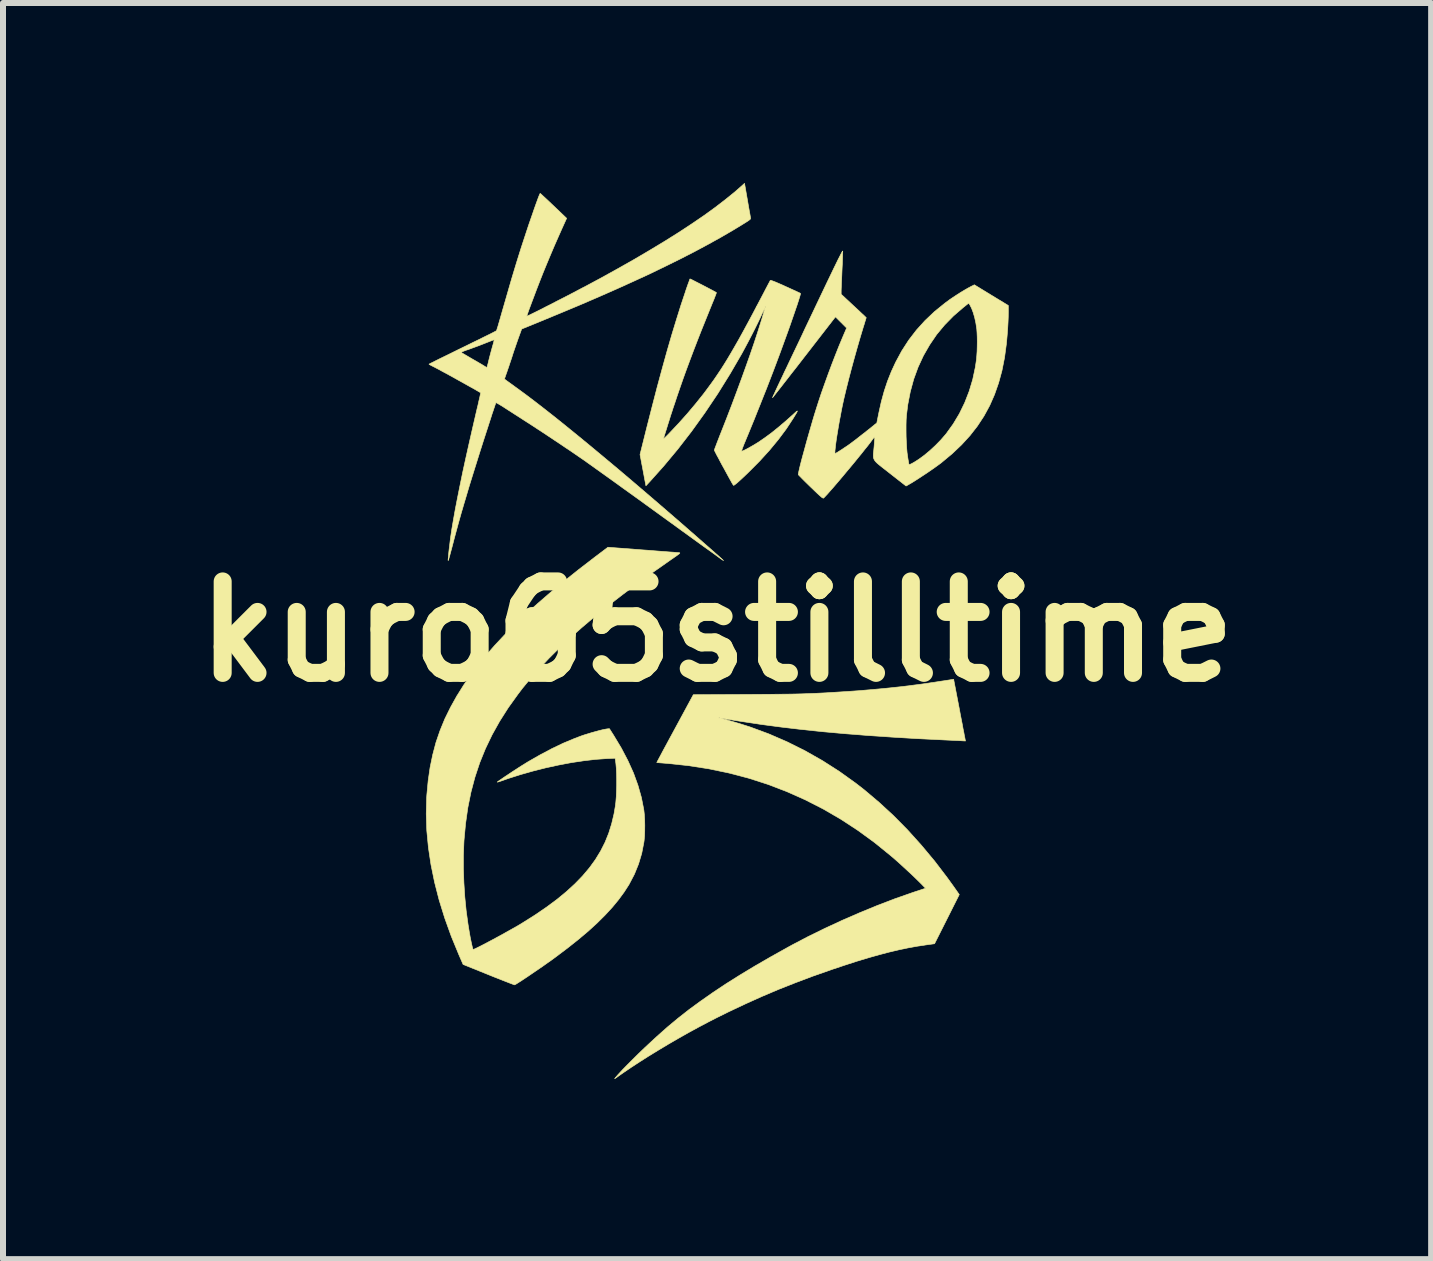
<source format=kicad_pcb>
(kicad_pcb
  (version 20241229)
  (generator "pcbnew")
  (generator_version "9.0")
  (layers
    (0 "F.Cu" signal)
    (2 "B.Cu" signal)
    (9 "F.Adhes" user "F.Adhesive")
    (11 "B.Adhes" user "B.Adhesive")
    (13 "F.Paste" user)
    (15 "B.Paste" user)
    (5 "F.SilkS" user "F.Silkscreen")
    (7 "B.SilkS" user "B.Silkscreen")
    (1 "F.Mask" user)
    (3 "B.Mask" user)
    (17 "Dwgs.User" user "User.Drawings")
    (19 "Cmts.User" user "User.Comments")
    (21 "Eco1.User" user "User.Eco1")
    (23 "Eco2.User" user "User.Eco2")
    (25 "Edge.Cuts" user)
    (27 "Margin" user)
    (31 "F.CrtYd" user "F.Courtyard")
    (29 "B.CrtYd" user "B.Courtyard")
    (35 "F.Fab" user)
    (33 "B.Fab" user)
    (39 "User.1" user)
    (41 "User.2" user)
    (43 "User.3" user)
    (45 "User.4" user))
  (footprint "kuro65stilltime"
    (layer "F.Cu")
    (at 8.897 7.472)
    (property "Reference" "kuro65stilltime" (at 0 0 0) (layer "F.SilkS") (effects (font (size 1.524 1.524) (thickness 0.3))))
    (attr through_hole)
    (fp_poly (pts (xy 4.036 1.285) (xy 4.053 1.377) (xy 4.07 1.465) (xy 4.086 1.546) (xy 4.099 1.619) (xy 4.112 1.682) (xy 4.121 1.733) (xy 4.129 1.771) (xy 4.133 1.794) (xy 4.134 1.799) (xy 4.139 1.824) (xy 4.049 1.819) (xy 4.013 1.817) (xy 3.962 1.815) (xy 3.902 1.812) (xy 3.837 1.809) (xy 3.771 1.806) (xy 3.756 1.805) (xy 3.323 1.784) (xy 2.908 1.759) (xy 2.51 1.732) (xy 2.127 1.702) (xy 1.76 1.669) (xy 1.407 1.632) (xy 1.068 1.592) (xy 0.743 1.549) (xy 0.43 1.502) (xy 0.285 1.479) (xy 0.225 1.469) (xy 0.171 1.46) (xy 0.125 1.454) (xy 0.091 1.449) (xy 0.07 1.447) (xy 0.065 1.447) (xy 0.068 1.451) (xy 0.075 1.451) (xy 0.09 1.454) (xy 0.12 1.461) (xy 0.162 1.473) (xy 0.213 1.487) (xy 0.271 1.504) (xy 0.332 1.522) (xy 0.395 1.541) (xy 0.455 1.56) (xy 0.511 1.578) (xy 0.549 1.59) (xy 0.86 1.705) (xy 1.165 1.837) (xy 1.464 1.986) (xy 1.755 2.151) (xy 2.038 2.332) (xy 2.314 2.53) (xy 2.454 2.639) (xy 2.698 2.845) (xy 2.939 3.067) (xy 3.174 3.305) (xy 3.402 3.558) (xy 3.624 3.824) (xy 3.836 4.102) (xy 3.935 4.239) (xy 4.036 4.383) (xy 3.83 4.793) (xy 3.624 5.202) (xy 3.479 5.222) (xy 3.333 5.244) (xy 3.184 5.271) (xy 3.031 5.303) (xy 2.87 5.341) (xy 2.703 5.385) (xy 2.525 5.435) (xy 2.336 5.492) (xy 2.135 5.557) (xy 1.919 5.629) (xy 1.9 5.636) (xy 1.597 5.742) (xy 1.308 5.851) (xy 1.027 5.962) (xy 0.751 6.079) (xy 0.473 6.204) (xy 0.191 6.337) (xy 0.009 6.427) (xy -0.146 6.506) (xy -0.308 6.592) (xy -0.475 6.683) (xy -0.643 6.778) (xy -0.812 6.876) (xy -0.977 6.975) (xy -1.137 7.073) (xy -1.288 7.169) (xy -1.429 7.261) (xy -1.557 7.348) (xy -1.597 7.376) (xy -1.634 7.402) (xy -1.666 7.425) (xy -1.691 7.442) (xy -1.705 7.452) (xy -1.705 7.452) (xy -1.705 7.449) (xy -1.694 7.435) (xy -1.674 7.411) (xy -1.648 7.381) (xy -1.642 7.375) (xy -1.573 7.3) (xy -1.492 7.217) (xy -1.402 7.127) (xy -1.306 7.032) (xy -1.205 6.935) (xy -1.102 6.839) (xy -1 6.745) (xy -0.901 6.657) (xy -0.822 6.587) (xy -0.649 6.443) (xy -0.467 6.3) (xy -0.273 6.158) (xy -0.067 6.014) (xy 0.151 5.869) (xy 0.383 5.723) (xy 0.63 5.574) (xy 0.893 5.422) (xy 1.172 5.266) (xy 1.256 5.22) (xy 1.521 5.081) (xy 1.799 4.945) (xy 2.086 4.812) (xy 2.378 4.685) (xy 2.67 4.565) (xy 2.96 4.454) (xy 3.242 4.355) (xy 3.313 4.331) (xy 3.474 4.278) (xy 3.386 4.188) (xy 3.33 4.133) (xy 3.264 4.069) (xy 3.191 4.001) (xy 3.115 3.931) (xy 3.04 3.862) (xy 2.969 3.799) (xy 2.905 3.744) (xy 2.898 3.738) (xy 2.626 3.517) (xy 2.346 3.313) (xy 2.06 3.126) (xy 1.767 2.956) (xy 1.467 2.803) (xy 1.159 2.666) (xy 0.845 2.546) (xy 0.524 2.443) (xy 0.195 2.357) (xy -0.14 2.287) (xy -0.483 2.234) (xy -0.833 2.197) (xy -0.862 2.195) (xy -0.91 2.191) (xy -0.951 2.188) (xy -0.983 2.185) (xy -1.001 2.183) (xy -1.004 2.183) (xy -1 2.175) (xy -0.988 2.152) (xy -0.969 2.116) (xy -0.943 2.068) (xy -0.912 2.009) (xy -0.875 1.94) (xy -0.833 1.863) (xy -0.788 1.779) (xy -0.739 1.689) (xy -0.7 1.617) (xy -0.602 1.436) (xy 0.03 1.436) (xy 0.031 1.442) (xy 0.036 1.442) (xy 0.044 1.439) (xy 0.042 1.436) (xy 0.032 1.435) (xy 0.03 1.436) (xy -0.602 1.436) (xy -0.395 1.053) (xy 0.476 1.049) (xy 0.637 1.048) (xy 0.781 1.047) (xy 0.911 1.046) (xy 1.028 1.045) (xy 1.134 1.044) (xy 1.231 1.043) (xy 1.321 1.041) (xy 1.406 1.039) (xy 1.486 1.036) (xy 1.566 1.033) (xy 1.645 1.03) (xy 1.726 1.026) (xy 1.81 1.022) (xy 1.9 1.016) (xy 1.987 1.011) (xy 2.367 0.986) (xy 2.731 0.954) (xy 3.081 0.918) (xy 3.418 0.875) (xy 3.669 0.838) (xy 3.731 0.828) (xy 3.788 0.82) (xy 3.838 0.812) (xy 3.877 0.806) (xy 3.903 0.802) (xy 3.91 0.801) (xy 3.942 0.796) (xy 4.036 1.285)) (stroke (width 0.01) (type solid)) (fill yes) (layer "F.SilkS"))
    (fp_poly (pts (xy -1.242 -1.36) (xy -1.141 -1.353) (xy -1.044 -1.345) (xy -0.954 -1.338) (xy -0.872 -1.332) (xy -0.799 -1.326) (xy -0.737 -1.322) (xy -0.689 -1.318) (xy -0.655 -1.315) (xy -0.637 -1.314) (xy -0.635 -1.314) (xy -0.625 -1.312) (xy -0.62 -1.31) (xy -0.622 -1.304) (xy -0.632 -1.294) (xy -0.65 -1.28) (xy -0.68 -1.258) (xy -0.722 -1.229) (xy -0.767 -1.198) (xy -1.053 -0.997) (xy -1.324 -0.802) (xy -1.578 -0.612) (xy -1.817 -0.427) (xy -2.041 -0.246) (xy -2.251 -0.068) (xy -2.447 0.106) (xy -2.63 0.277) (xy -2.8 0.446) (xy -2.958 0.613) (xy -3.104 0.779) (xy -3.24 0.943) (xy -3.318 1.046) (xy -3.479 1.27) (xy -3.622 1.495) (xy -3.748 1.721) (xy -3.859 1.952) (xy -3.954 2.186) (xy -4.034 2.427) (xy -4.1 2.676) (xy -4.152 2.933) (xy -4.19 3.201) (xy -4.216 3.48) (xy -4.218 3.52) (xy -4.226 3.731) (xy -4.226 3.954) (xy -4.218 4.185) (xy -4.203 4.419) (xy -4.18 4.651) (xy -4.149 4.877) (xy -4.127 5.012) (xy -4.113 5.091) (xy -4.099 5.16) (xy -4.087 5.216) (xy -4.077 5.259) (xy -4.069 5.286) (xy -4.063 5.298) (xy -4.062 5.298) (xy -4.049 5.293) (xy -4.022 5.281) (xy -3.983 5.262) (xy -3.933 5.237) (xy -3.875 5.207) (xy -3.811 5.173) (xy -3.741 5.136) (xy -3.669 5.097) (xy -3.595 5.057) (xy -3.522 5.016) (xy -3.452 4.977) (xy -3.386 4.94) (xy -3.326 4.906) (xy -3.274 4.875) (xy -3.248 4.859) (xy -3.038 4.727) (xy -2.846 4.596) (xy -2.67 4.466) (xy -2.511 4.335) (xy -2.368 4.204) (xy -2.24 4.072) (xy -2.126 3.937) (xy -2.026 3.799) (xy -1.94 3.658) (xy -1.866 3.512) (xy -1.805 3.361) (xy -1.756 3.204) (xy -1.717 3.041) (xy -1.696 2.918) (xy -1.686 2.842) (xy -1.679 2.755) (xy -1.675 2.661) (xy -1.672 2.563) (xy -1.672 2.464) (xy -1.674 2.369) (xy -1.678 2.281) (xy -1.685 2.203) (xy -1.693 2.142) (xy -1.699 2.111) (xy -1.833 2.117) (xy -2.019 2.13) (xy -2.218 2.153) (xy -2.425 2.184) (xy -2.637 2.224) (xy -2.853 2.271) (xy -3.067 2.325) (xy -3.278 2.385) (xy -3.482 2.45) (xy -3.555 2.476) (xy -3.595 2.49) (xy -3.629 2.501) (xy -3.652 2.508) (xy -3.662 2.509) (xy -3.662 2.509) (xy -3.656 2.503) (xy -3.637 2.489) (xy -3.606 2.468) (xy -3.567 2.441) (xy -3.52 2.409) (xy -3.468 2.375) (xy -3.413 2.338) (xy -3.357 2.302) (xy -3.302 2.266) (xy -3.25 2.233) (xy -3.203 2.204) (xy -3.163 2.179) (xy -3.157 2.175) (xy -2.951 2.057) (xy -2.755 1.953) (xy -2.565 1.862) (xy -2.381 1.785) (xy -2.268 1.742) (xy -2.213 1.723) (xy -2.151 1.704) (xy -2.086 1.684) (xy -2.02 1.666) (xy -1.958 1.649) (xy -1.904 1.636) (xy -1.859 1.627) (xy -1.829 1.622) (xy -1.793 1.619) (xy -1.723 1.729) (xy -1.595 1.942) (xy -1.485 2.152) (xy -1.392 2.358) (xy -1.318 2.562) (xy -1.261 2.763) (xy -1.222 2.96) (xy -1.219 2.98) (xy -1.211 3.053) (xy -1.206 3.138) (xy -1.204 3.229) (xy -1.205 3.32) (xy -1.208 3.407) (xy -1.215 3.483) (xy -1.219 3.512) (xy -1.255 3.697) (xy -1.308 3.874) (xy -1.377 4.044) (xy -1.464 4.21) (xy -1.468 4.217) (xy -1.549 4.343) (xy -1.642 4.47) (xy -1.748 4.598) (xy -1.867 4.727) (xy -2 4.859) (xy -2.148 4.994) (xy -2.312 5.132) (xy -2.491 5.274) (xy -2.686 5.421) (xy -2.765 5.479) (xy -2.828 5.523) (xy -2.894 5.57) (xy -2.962 5.617) (xy -3.031 5.664) (xy -3.097 5.709) (xy -3.16 5.752) (xy -3.219 5.791) (xy -3.27 5.825) (xy -3.313 5.852) (xy -3.346 5.873) (xy -3.367 5.884) (xy -3.374 5.887) (xy -3.385 5.884) (xy -3.411 5.874) (xy -3.451 5.859) (xy -3.502 5.839) (xy -3.564 5.815) (xy -3.634 5.787) (xy -3.711 5.757) (xy -3.793 5.724) (xy -3.81 5.717) (xy -4.231 5.547) (xy -4.302 5.384) (xy -4.428 5.078) (xy -4.537 4.775) (xy -4.63 4.475) (xy -4.706 4.179) (xy -4.766 3.886) (xy -4.809 3.599) (xy -4.836 3.316) (xy -4.845 3.038) (xy -4.838 2.766) (xy -4.835 2.721) (xy -4.813 2.486) (xy -4.781 2.264) (xy -4.737 2.052) (xy -4.683 1.848) (xy -4.615 1.65) (xy -4.535 1.455) (xy -4.44 1.262) (xy -4.331 1.066) (xy -4.325 1.058) (xy -4.222 0.893) (xy -4.109 0.729) (xy -3.985 0.564) (xy -3.85 0.398) (xy -3.703 0.23) (xy -3.544 0.06) (xy -3.372 -0.113) (xy -3.187 -0.289) (xy -2.987 -0.468) (xy -2.773 -0.653) (xy -2.544 -0.842) (xy -2.299 -1.037) (xy -2.038 -1.238) (xy -2.022 -1.25) (xy -1.818 -1.404) (xy -1.242 -1.36)) (stroke (width 0.01) (type solid)) (fill yes) (layer "F.SilkS"))
    (fp_poly (pts (xy -0.442 -5.872) (xy -0.42 -5.862) (xy -0.387 -5.845) (xy -0.346 -5.824) (xy -0.299 -5.8) (xy -0.248 -5.774) (xy -0.196 -5.747) (xy -0.147 -5.721) (xy -0.101 -5.697) (xy -0.062 -5.676) (xy -0.032 -5.66) (xy -0.014 -5.649) (xy -0.01 -5.646) (xy -0.013 -5.637) (xy -0.021 -5.614) (xy -0.035 -5.578) (xy -0.053 -5.531) (xy -0.076 -5.476) (xy -0.101 -5.414) (xy -0.112 -5.387) (xy -0.191 -5.191) (xy -0.264 -5.01) (xy -0.331 -4.839) (xy -0.393 -4.678) (xy -0.452 -4.521) (xy -0.509 -4.368) (xy -0.564 -4.216) (xy -0.618 -4.061) (xy -0.673 -3.901) (xy -0.682 -3.873) (xy -0.707 -3.797) (xy -0.731 -3.728) (xy -0.752 -3.662) (xy -0.774 -3.596) (xy -0.795 -3.527) (xy -0.819 -3.452) (xy -0.845 -3.367) (xy -0.876 -3.269) (xy -0.889 -3.225) (xy -0.89 -3.218) (xy -0.883 -3.219) (xy -0.869 -3.23) (xy -0.845 -3.253) (xy -0.811 -3.287) (xy -0.788 -3.311) (xy -0.641 -3.467) (xy -0.496 -3.629) (xy -0.358 -3.793) (xy -0.229 -3.954) (xy -0.172 -4.03) (xy -0.113 -4.11) (xy -0.055 -4.19) (xy 0.001 -4.272) (xy 0.058 -4.357) (xy 0.115 -4.446) (xy 0.173 -4.54) (xy 0.233 -4.641) (xy 0.296 -4.75) (xy 0.363 -4.867) (xy 0.434 -4.996) (xy 0.51 -5.136) (xy 0.592 -5.289) (xy 0.654 -5.407) (xy 0.798 -5.407) (xy 0.802 -5.399) (xy 0.804 -5.401) (xy 0.805 -5.411) (xy 0.804 -5.413) (xy 0.799 -5.411) (xy 0.798 -5.407) (xy 0.654 -5.407) (xy 0.68 -5.456) (xy 0.747 -5.583) (xy 0.78 -5.646) (xy 0.81 -5.704) (xy 0.837 -5.755) (xy 0.859 -5.797) (xy 0.876 -5.828) (xy 0.885 -5.846) (xy 0.887 -5.849) (xy 0.894 -5.85) (xy 0.91 -5.847) (xy 0.937 -5.837) (xy 0.976 -5.822) (xy 1.027 -5.8) (xy 1.094 -5.771) (xy 1.139 -5.75) (xy 1.201 -5.722) (xy 1.258 -5.696) (xy 1.307 -5.674) (xy 1.347 -5.655) (xy 1.375 -5.642) (xy 1.389 -5.634) (xy 1.391 -5.634) (xy 1.39 -5.623) (xy 1.383 -5.597) (xy 1.371 -5.557) (xy 1.354 -5.503) (xy 1.333 -5.438) (xy 1.307 -5.363) (xy 1.278 -5.278) (xy 1.246 -5.186) (xy 1.212 -5.087) (xy 1.175 -4.984) (xy 1.136 -4.877) (xy 1.096 -4.767) (xy 1.056 -4.657) (xy 1.015 -4.547) (xy 0.974 -4.438) (xy 0.934 -4.332) (xy 0.91 -4.27) (xy 0.87 -4.166) (xy 0.825 -4.049) (xy 0.775 -3.924) (xy 0.723 -3.793) (xy 0.67 -3.661) (xy 0.618 -3.53) (xy 0.567 -3.406) (xy 0.52 -3.291) (xy 0.477 -3.188) (xy 0.474 -3.18) (xy 0.452 -3.128) (xy 0.434 -3.082) (xy 0.42 -3.045) (xy 0.412 -3.018) (xy 0.409 -3.005) (xy 0.409 -3.004) (xy 0.421 -3.007) (xy 0.446 -3.017) (xy 0.481 -3.034) (xy 0.522 -3.056) (xy 0.568 -3.082) (xy 0.615 -3.109) (xy 0.661 -3.137) (xy 0.693 -3.157) (xy 0.799 -3.23) (xy 0.908 -3.31) (xy 1.022 -3.402) (xy 1.142 -3.504) (xy 1.271 -3.619) (xy 1.302 -3.648) (xy 1.324 -3.667) (xy 1.336 -3.675) (xy 1.338 -3.671) (xy 1.331 -3.654) (xy 1.314 -3.625) (xy 1.287 -3.581) (xy 1.272 -3.556) (xy 1.154 -3.376) (xy 1.021 -3.198) (xy 0.873 -3.019) (xy 0.709 -2.839) (xy 0.55 -2.679) (xy 0.479 -2.61) (xy 0.42 -2.554) (xy 0.371 -2.509) (xy 0.334 -2.476) (xy 0.305 -2.453) (xy 0.286 -2.439) (xy 0.275 -2.435) (xy 0.273 -2.437) (xy 0.266 -2.447) (xy 0.251 -2.471) (xy 0.231 -2.507) (xy 0.206 -2.552) (xy 0.178 -2.603) (xy 0.147 -2.66) (xy 0.115 -2.719) (xy 0.082 -2.778) (xy 0.051 -2.836) (xy 0.023 -2.89) (xy -0.003 -2.937) (xy -0.023 -2.976) (xy -0.037 -3.004) (xy -0.045 -3.02) (xy -0.045 -3.022) (xy -0.042 -3.033) (xy -0.033 -3.058) (xy -0.018 -3.097) (xy 0.00043 -3.146) (xy 0.023 -3.204) (xy 0.048 -3.269) (xy 0.072 -3.329) (xy 0.159 -3.55) (xy 0.244 -3.771) (xy 0.326 -3.99) (xy 0.405 -4.204) (xy 0.48 -4.412) (xy 0.551 -4.612) (xy 0.616 -4.802) (xy 0.675 -4.981) (xy 0.727 -5.146) (xy 0.753 -5.229) (xy 0.767 -5.278) (xy 0.78 -5.322) (xy 0.789 -5.356) (xy 0.795 -5.378) (xy 0.796 -5.385) (xy 0.791 -5.379) (xy 0.781 -5.359) (xy 0.766 -5.329) (xy 0.753 -5.3) (xy 0.72 -5.228) (xy 0.679 -5.143) (xy 0.633 -5.05) (xy 0.584 -4.953) (xy 0.532 -4.853) (xy 0.481 -4.757) (xy 0.432 -4.666) (xy 0.412 -4.629) (xy 0.217 -4.293) (xy 0.012 -3.963) (xy -0.203 -3.643) (xy -0.425 -3.334) (xy -0.654 -3.038) (xy -0.889 -2.756) (xy -1.118 -2.5) (xy -1.185 -2.428) (xy -1.209 -2.554) (xy -1.22 -2.614) (xy -1.233 -2.683) (xy -1.246 -2.752) (xy -1.258 -2.814) (xy -1.258 -2.815) (xy -1.283 -2.949) (xy -1.168 -3.409) (xy -1.081 -3.75) (xy -0.997 -4.074) (xy -0.914 -4.38) (xy -0.834 -4.668) (xy -0.755 -4.941) (xy -0.677 -5.196) (xy -0.602 -5.436) (xy -0.527 -5.66) (xy -0.519 -5.686) (xy -0.5 -5.741) (xy -0.483 -5.789) (xy -0.468 -5.829) (xy -0.458 -5.858) (xy -0.452 -5.873) (xy -0.451 -5.875) (xy -0.442 -5.872)) (stroke (width 0.01) (type solid)) (fill yes) (layer "F.SilkS"))
    (fp_poly (pts (xy 2.094 -6.338) (xy 2.094 -6.324) (xy 2.093 -6.293) (xy 2.092 -6.249) (xy 2.09 -6.195) (xy 2.088 -6.131) (xy 2.084 -6.061) (xy 2.082 -6.017) (xy 2.079 -5.943) (xy 2.076 -5.872) (xy 2.073 -5.808) (xy 2.071 -5.753) (xy 2.069 -5.709) (xy 2.068 -5.679) (xy 2.068 -5.67) (xy 2.068 -5.62) (xy 2.277 -5.425) (xy 2.328 -5.378) (xy 2.375 -5.334) (xy 2.415 -5.296) (xy 2.448 -5.266) (xy 2.471 -5.243) (xy 2.484 -5.231) (xy 2.486 -5.23) (xy 2.483 -5.221) (xy 2.476 -5.198) (xy 2.465 -5.163) (xy 2.452 -5.119) (xy 2.439 -5.079) (xy 2.388 -4.91) (xy 2.337 -4.734) (xy 2.287 -4.556) (xy 2.239 -4.38) (xy 2.194 -4.208) (xy 2.153 -4.045) (xy 2.117 -3.894) (xy 2.105 -3.841) (xy 2.088 -3.762) (xy 2.071 -3.678) (xy 2.055 -3.591) (xy 2.038 -3.504) (xy 2.023 -3.417) (xy 2.009 -3.333) (xy 1.996 -3.253) (xy 1.985 -3.18) (xy 1.976 -3.114) (xy 1.97 -3.058) (xy 1.965 -3.014) (xy 1.964 -2.983) (xy 1.966 -2.968) (xy 1.968 -2.966) (xy 1.98 -2.971) (xy 2.004 -2.985) (xy 2.037 -3.006) (xy 2.077 -3.031) (xy 2.121 -3.061) (xy 2.167 -3.091) (xy 2.211 -3.122) (xy 2.231 -3.137) (xy 2.267 -3.164) (xy 2.314 -3.199) (xy 2.367 -3.241) (xy 2.423 -3.285) (xy 2.479 -3.328) (xy 2.494 -3.341) (xy 2.505 -3.349) (xy 3.149 -3.349) (xy 3.15 -3.252) (xy 3.154 -3.156) (xy 3.159 -3.064) (xy 3.166 -2.982) (xy 3.175 -2.917) (xy 3.182 -2.871) (xy 3.189 -2.831) (xy 3.194 -2.801) (xy 3.198 -2.785) (xy 3.199 -2.783) (xy 3.209 -2.783) (xy 3.232 -2.792) (xy 3.264 -2.809) (xy 3.305 -2.833) (xy 3.351 -2.863) (xy 3.361 -2.869) (xy 3.451 -2.935) (xy 3.545 -3.013) (xy 3.639 -3.1) (xy 3.727 -3.19) (xy 3.806 -3.281) (xy 3.819 -3.297) (xy 3.935 -3.458) (xy 4.038 -3.63) (xy 4.127 -3.813) (xy 4.201 -4.003) (xy 4.26 -4.199) (xy 4.303 -4.401) (xy 4.323 -4.534) (xy 4.328 -4.597) (xy 4.333 -4.671) (xy 4.335 -4.75) (xy 4.336 -4.831) (xy 4.335 -4.909) (xy 4.332 -4.979) (xy 4.328 -5.036) (xy 4.327 -5.044) (xy 4.312 -5.141) (xy 4.292 -5.233) (xy 4.268 -5.315) (xy 4.241 -5.386) (xy 4.215 -5.437) (xy 4.194 -5.472) (xy 4.1 -5.397) (xy 3.939 -5.258) (xy 3.792 -5.108) (xy 3.659 -4.948) (xy 3.542 -4.776) (xy 3.438 -4.595) (xy 3.35 -4.405) (xy 3.277 -4.205) (xy 3.22 -3.996) (xy 3.178 -3.78) (xy 3.156 -3.599) (xy 3.151 -3.527) (xy 3.149 -3.442) (xy 3.149 -3.349) (xy 2.505 -3.349) (xy 2.662 -3.475) (xy 2.695 -3.64) (xy 2.737 -3.829) (xy 2.785 -4.004) (xy 2.84 -4.17) (xy 2.904 -4.331) (xy 2.976 -4.487) (xy 3.078 -4.676) (xy 3.193 -4.854) (xy 3.322 -5.022) (xy 3.465 -5.18) (xy 3.623 -5.33) (xy 3.797 -5.471) (xy 3.878 -5.531) (xy 3.933 -5.568) (xy 3.995 -5.609) (xy 4.061 -5.651) (xy 4.126 -5.69) (xy 4.185 -5.724) (xy 4.234 -5.75) (xy 4.287 -5.777) (xy 4.57 -5.604) (xy 4.853 -5.432) (xy 4.853 -5.322) (xy 4.852 -5.239) (xy 4.848 -5.144) (xy 4.842 -5.041) (xy 4.834 -4.937) (xy 4.825 -4.835) (xy 4.821 -4.794) (xy 4.79 -4.563) (xy 4.747 -4.346) (xy 4.691 -4.141) (xy 4.623 -3.947) (xy 4.542 -3.763) (xy 4.447 -3.589) (xy 4.338 -3.423) (xy 4.214 -3.264) (xy 4.074 -3.111) (xy 3.918 -2.963) (xy 3.745 -2.819) (xy 3.741 -2.815) (xy 3.695 -2.781) (xy 3.637 -2.739) (xy 3.57 -2.692) (xy 3.499 -2.643) (xy 3.426 -2.595) (xy 3.356 -2.549) (xy 3.292 -2.508) (xy 3.237 -2.474) (xy 3.228 -2.469) (xy 3.15 -2.424) (xy 2.879 -2.636) (xy 2.809 -2.691) (xy 2.751 -2.736) (xy 2.705 -2.773) (xy 2.669 -2.803) (xy 2.642 -2.83) (xy 2.624 -2.854) (xy 2.612 -2.878) (xy 2.605 -2.903) (xy 2.604 -2.933) (xy 2.605 -2.967) (xy 2.61 -3.009) (xy 2.615 -3.061) (xy 2.617 -3.081) (xy 2.621 -3.133) (xy 2.624 -3.178) (xy 2.627 -3.214) (xy 2.628 -3.237) (xy 2.628 -3.244) (xy 2.622 -3.239) (xy 2.607 -3.222) (xy 2.588 -3.197) (xy 2.58 -3.186) (xy 2.549 -3.144) (xy 2.509 -3.092) (xy 2.461 -3.033) (xy 2.409 -2.967) (xy 2.351 -2.896) (xy 2.291 -2.822) (xy 2.228 -2.746) (xy 2.164 -2.67) (xy 2.102 -2.595) (xy 2.041 -2.523) (xy 1.983 -2.455) (xy 1.929 -2.392) (xy 1.881 -2.338) (xy 1.84 -2.291) (xy 1.807 -2.256) (xy 1.784 -2.232) (xy 1.776 -2.224) (xy 1.77 -2.222) (xy 1.762 -2.225) (xy 1.749 -2.232) (xy 1.731 -2.247) (xy 1.706 -2.269) (xy 1.672 -2.3) (xy 1.629 -2.341) (xy 1.574 -2.394) (xy 1.559 -2.408) (xy 1.509 -2.457) (xy 1.463 -2.502) (xy 1.423 -2.542) (xy 1.391 -2.575) (xy 1.367 -2.599) (xy 1.355 -2.613) (xy 1.354 -2.616) (xy 1.355 -2.63) (xy 1.361 -2.66) (xy 1.371 -2.704) (xy 1.384 -2.76) (xy 1.401 -2.827) (xy 1.421 -2.903) (xy 1.444 -2.986) (xy 1.468 -3.074) (xy 1.493 -3.166) (xy 1.52 -3.261) (xy 1.547 -3.355) (xy 1.574 -3.448) (xy 1.6 -3.538) (xy 1.626 -3.624) (xy 1.646 -3.688) (xy 1.689 -3.823) (xy 1.738 -3.971) (xy 1.793 -4.126) (xy 1.851 -4.287) (xy 1.911 -4.448) (xy 1.972 -4.606) (xy 2.032 -4.757) (xy 2.09 -4.896) (xy 2.122 -4.971) (xy 2.159 -5.057) (xy 1.973 -5.243) (xy 1.452 -4.571) (xy 1.377 -4.474) (xy 1.305 -4.381) (xy 1.236 -4.294) (xy 1.173 -4.212) (xy 1.115 -4.138) (xy 1.063 -4.071) (xy 1.018 -4.014) (xy 0.981 -3.967) (xy 0.953 -3.931) (xy 0.934 -3.907) (xy 0.925 -3.896) (xy 0.924 -3.896) (xy 0.927 -3.903) (xy 0.936 -3.925) (xy 0.953 -3.96) (xy 0.974 -4.007) (xy 1.001 -4.065) (xy 1.032 -4.131) (xy 1.067 -4.205) (xy 1.105 -4.285) (xy 1.119 -4.316) (xy 1.154 -4.388) (xy 1.195 -4.475) (xy 1.242 -4.574) (xy 1.294 -4.683) (xy 1.35 -4.8) (xy 1.409 -4.924) (xy 1.469 -5.053) (xy 1.531 -5.183) (xy 1.593 -5.313) (xy 1.654 -5.442) (xy 1.706 -5.551) (xy 1.775 -5.696) (xy 1.837 -5.826) (xy 1.892 -5.94) (xy 1.939 -6.038) (xy 1.98 -6.122) (xy 2.014 -6.192) (xy 2.042 -6.247) (xy 2.064 -6.29) (xy 2.079 -6.318) (xy 2.089 -6.335) (xy 2.094 -6.339) (xy 2.094 -6.338)) (stroke (width 0.01) (type solid)) (fill yes) (layer "F.SilkS"))
    (fp_poly (pts (xy 0.505 -7.197) (xy 0.517 -7.127) (xy 0.528 -7.063) (xy 0.538 -7.006) (xy 0.547 -6.958) (xy 0.553 -6.922) (xy 0.557 -6.901) (xy 0.558 -6.898) (xy 0.559 -6.886) (xy 0.558 -6.877) (xy 0.551 -6.867) (xy 0.536 -6.855) (xy 0.512 -6.838) (xy 0.476 -6.815) (xy 0.447 -6.797) (xy 0.26 -6.683) (xy 0.062 -6.568) (xy -0.147 -6.452) (xy -0.367 -6.334) (xy -0.6 -6.214) (xy -0.845 -6.093) (xy -1.103 -5.968) (xy -1.376 -5.842) (xy -1.663 -5.712) (xy -1.965 -5.579) (xy -2.283 -5.442) (xy -2.618 -5.302) (xy -2.959 -5.161) (xy -3.255 -5.04) (xy -3.3 -4.917) (xy -3.317 -4.87) (xy -3.338 -4.81) (xy -3.361 -4.743) (xy -3.385 -4.674) (xy -3.407 -4.607) (xy -3.409 -4.599) (xy -3.43 -4.535) (xy -3.452 -4.47) (xy -3.472 -4.409) (xy -3.491 -4.355) (xy -3.505 -4.313) (xy -3.508 -4.306) (xy -3.542 -4.208) (xy -3.523 -4.192) (xy -3.511 -4.183) (xy -3.486 -4.165) (xy -3.45 -4.139) (xy -3.407 -4.108) (xy -3.358 -4.072) (xy -3.319 -4.044) (xy -3.184 -3.945) (xy -3.036 -3.833) (xy -2.876 -3.709) (xy -2.703 -3.573) (xy -2.519 -3.425) (xy -2.322 -3.265) (xy -2.114 -3.094) (xy -1.894 -2.911) (xy -1.663 -2.718) (xy -1.421 -2.513) (xy -1.168 -2.297) (xy -0.905 -2.071) (xy -0.631 -1.834) (xy -0.348 -1.587) (xy -0.34 -1.58) (xy -0.24 -1.492) (xy -0.153 -1.416) (xy -0.079 -1.351) (xy -0.018 -1.297) (xy 0.031 -1.254) (xy 0.067 -1.221) (xy 0.092 -1.198) (xy 0.105 -1.185) (xy 0.107 -1.181) (xy 0.1 -1.186) (xy 0.077 -1.202) (xy 0.04 -1.228) (xy -0.008 -1.263) (xy -0.067 -1.306) (xy -0.135 -1.355) (xy -0.211 -1.409) (xy -0.294 -1.469) (xy -0.381 -1.532) (xy -0.472 -1.598) (xy -0.565 -1.665) (xy -0.659 -1.733) (xy -0.752 -1.801) (xy -0.844 -1.867) (xy -0.898 -1.906) (xy -1.037 -2.007) (xy -1.174 -2.106) (xy -1.309 -2.204) (xy -1.44 -2.298) (xy -1.567 -2.389) (xy -1.687 -2.476) (xy -1.8 -2.557) (xy -1.905 -2.632) (xy -2 -2.7) (xy -2.085 -2.761) (xy -2.157 -2.812) (xy -2.217 -2.855) (xy -2.236 -2.868) (xy -2.29 -2.905) (xy -2.357 -2.951) (xy -2.434 -3.004) (xy -2.52 -3.061) (xy -2.611 -3.123) (xy -2.706 -3.186) (xy -2.802 -3.25) (xy -2.897 -3.313) (xy -2.989 -3.373) (xy -3.074 -3.429) (xy -3.152 -3.479) (xy -3.219 -3.522) (xy -3.225 -3.526) (xy -3.288 -3.567) (xy -3.354 -3.609) (xy -3.419 -3.651) (xy -3.48 -3.69) (xy -3.531 -3.723) (xy -3.551 -3.736) (xy -3.594 -3.763) (xy -3.631 -3.785) (xy -3.66 -3.802) (xy -3.679 -3.811) (xy -3.684 -3.812) (xy -3.688 -3.802) (xy -3.697 -3.777) (xy -3.71 -3.738) (xy -3.727 -3.687) (xy -3.748 -3.626) (xy -3.77 -3.556) (xy -3.795 -3.479) (xy -3.817 -3.411) (xy -3.89 -3.186) (xy -3.956 -2.978) (xy -4.017 -2.783) (xy -4.074 -2.601) (xy -4.127 -2.43) (xy -4.175 -2.268) (xy -4.221 -2.114) (xy -4.264 -1.967) (xy -4.304 -1.824) (xy -4.342 -1.685) (xy -4.379 -1.548) (xy -4.404 -1.451) (xy -4.425 -1.372) (xy -4.442 -1.309) (xy -4.455 -1.26) (xy -4.465 -1.225) (xy -4.472 -1.201) (xy -4.476 -1.187) (xy -4.479 -1.182) (xy -4.48 -1.185) (xy -4.481 -1.186) (xy -4.48 -1.202) (xy -4.477 -1.232) (xy -4.474 -1.273) (xy -4.469 -1.322) (xy -4.463 -1.376) (xy -4.456 -1.431) (xy -4.45 -1.484) (xy -4.444 -1.532) (xy -4.44 -1.565) (xy -4.419 -1.706) (xy -4.392 -1.864) (xy -4.361 -2.038) (xy -4.324 -2.228) (xy -4.283 -2.432) (xy -4.238 -2.651) (xy -4.187 -2.884) (xy -4.132 -3.13) (xy -4.073 -3.389) (xy -4.018 -3.627) (xy -4 -3.704) (xy -3.983 -3.774) (xy -3.969 -3.838) (xy -3.956 -3.891) (xy -3.947 -3.934) (xy -3.941 -3.963) (xy -3.939 -3.976) (xy -3.939 -3.977) (xy -3.95 -3.985) (xy -3.976 -4) (xy -4.014 -4.022) (xy -4.062 -4.05) (xy -4.119 -4.081) (xy -4.181 -4.116) (xy -4.247 -4.153) (xy -4.316 -4.191) (xy -4.385 -4.23) (xy -4.453 -4.267) (xy -4.516 -4.302) (xy -4.575 -4.333) (xy -4.625 -4.361) (xy -4.667 -4.383) (xy -4.696 -4.398) (xy -4.701 -4.401) (xy -4.739 -4.42) (xy -4.77 -4.436) (xy -4.791 -4.448) (xy -4.799 -4.454) (xy -4.799 -4.454) (xy -4.791 -4.459) (xy -4.768 -4.471) (xy -4.731 -4.489) (xy -4.682 -4.514) (xy -4.622 -4.544) (xy -4.552 -4.578) (xy -4.474 -4.616) (xy -4.401 -4.652) (xy -4.263 -4.652) (xy -4.256 -4.646) (xy -4.235 -4.633) (xy -4.203 -4.614) (xy -4.162 -4.59) (xy -4.116 -4.563) (xy -4.108 -4.558) (xy -4.056 -4.528) (xy -4.005 -4.499) (xy -3.959 -4.472) (xy -3.921 -4.45) (xy -3.897 -4.435) (xy -3.869 -4.418) (xy -3.848 -4.405) (xy -3.836 -4.4) (xy -3.836 -4.4) (xy -3.832 -4.408) (xy -3.825 -4.431) (xy -3.816 -4.464) (xy -3.806 -4.505) (xy -3.806 -4.506) (xy -3.793 -4.559) (xy -3.777 -4.62) (xy -3.76 -4.683) (xy -3.746 -4.734) (xy -3.733 -4.779) (xy -3.723 -4.816) (xy -3.716 -4.844) (xy -3.713 -4.858) (xy -3.714 -4.86) (xy -3.723 -4.858) (xy -3.746 -4.85) (xy -3.78 -4.837) (xy -3.823 -4.82) (xy -3.861 -4.805) (xy -3.922 -4.781) (xy -3.99 -4.755) (xy -4.058 -4.73) (xy -4.118 -4.708) (xy -4.134 -4.702) (xy -4.179 -4.687) (xy -4.217 -4.673) (xy -4.246 -4.661) (xy -4.261 -4.654) (xy -4.263 -4.652) (xy -4.401 -4.652) (xy -4.389 -4.658) (xy -4.298 -4.703) (xy -4.24 -4.731) (xy -4.146 -4.777) (xy -4.057 -4.821) (xy -3.974 -4.861) (xy -3.898 -4.899) (xy -3.831 -4.932) (xy -3.774 -4.96) (xy -3.729 -4.983) (xy -3.697 -5) (xy -3.678 -5.01) (xy -3.675 -5.012) (xy -3.671 -5.022) (xy -3.663 -5.048) (xy -3.65 -5.088) (xy -3.635 -5.14) (xy -3.617 -5.202) (xy -3.597 -5.272) (xy -3.575 -5.349) (xy -3.561 -5.397) (xy -3.51 -5.573) (xy -3.464 -5.733) (xy -3.421 -5.881) (xy -3.38 -6.017) (xy -3.341 -6.146) (xy -3.303 -6.268) (xy -3.266 -6.386) (xy -3.228 -6.502) (xy -3.205 -6.572) (xy -3.171 -6.675) (xy -3.138 -6.775) (xy -3.105 -6.87) (xy -3.074 -6.959) (xy -3.046 -7.041) (xy -3.02 -7.114) (xy -2.997 -7.177) (xy -2.978 -7.229) (xy -2.963 -7.267) (xy -2.952 -7.292) (xy -2.947 -7.3) (xy -2.947 -7.3) (xy -2.939 -7.294) (xy -2.919 -7.276) (xy -2.89 -7.249) (xy -2.852 -7.214) (xy -2.807 -7.172) (xy -2.758 -7.125) (xy -2.723 -7.092) (xy -2.506 -6.885) (xy -2.583 -6.715) (xy -2.646 -6.573) (xy -2.712 -6.423) (xy -2.777 -6.27) (xy -2.84 -6.119) (xy -2.9 -5.973) (xy -2.953 -5.838) (xy -2.969 -5.797) (xy -3.01 -5.691) (xy -3.046 -5.595) (xy -3.079 -5.508) (xy -3.107 -5.433) (xy -3.131 -5.369) (xy -3.149 -5.318) (xy -3.162 -5.281) (xy -3.169 -5.26) (xy -3.17 -5.254) (xy -3.161 -5.257) (xy -3.138 -5.267) (xy -3.101 -5.285) (xy -3.052 -5.309) (xy -2.993 -5.338) (xy -2.925 -5.372) (xy -2.85 -5.411) (xy -2.768 -5.452) (xy -2.682 -5.497) (xy -2.592 -5.543) (xy -2.5 -5.59) (xy -2.408 -5.638) (xy -2.317 -5.686) (xy -2.228 -5.733) (xy -2.142 -5.778) (xy -2.062 -5.821) (xy -1.989 -5.86) (xy -1.959 -5.876) (xy -1.664 -6.039) (xy -1.383 -6.198) (xy -1.118 -6.354) (xy -0.868 -6.505) (xy -0.634 -6.652) (xy -0.415 -6.796) (xy -0.213 -6.934) (xy -0.028 -7.068) (xy 0.141 -7.198) (xy 0.294 -7.322) (xy 0.39 -7.406) (xy 0.458 -7.467) (xy 0.505 -7.197)) (stroke (width 0.01) (type solid)) (fill yes) (layer "F.SilkS")))
  (gr_rect
    (start -3 -3)
    (end 20.795 17.929)
    (stroke (width 0.1) (type default))
    (fill no)
    (layer "Edge.Cuts")))
</source>
